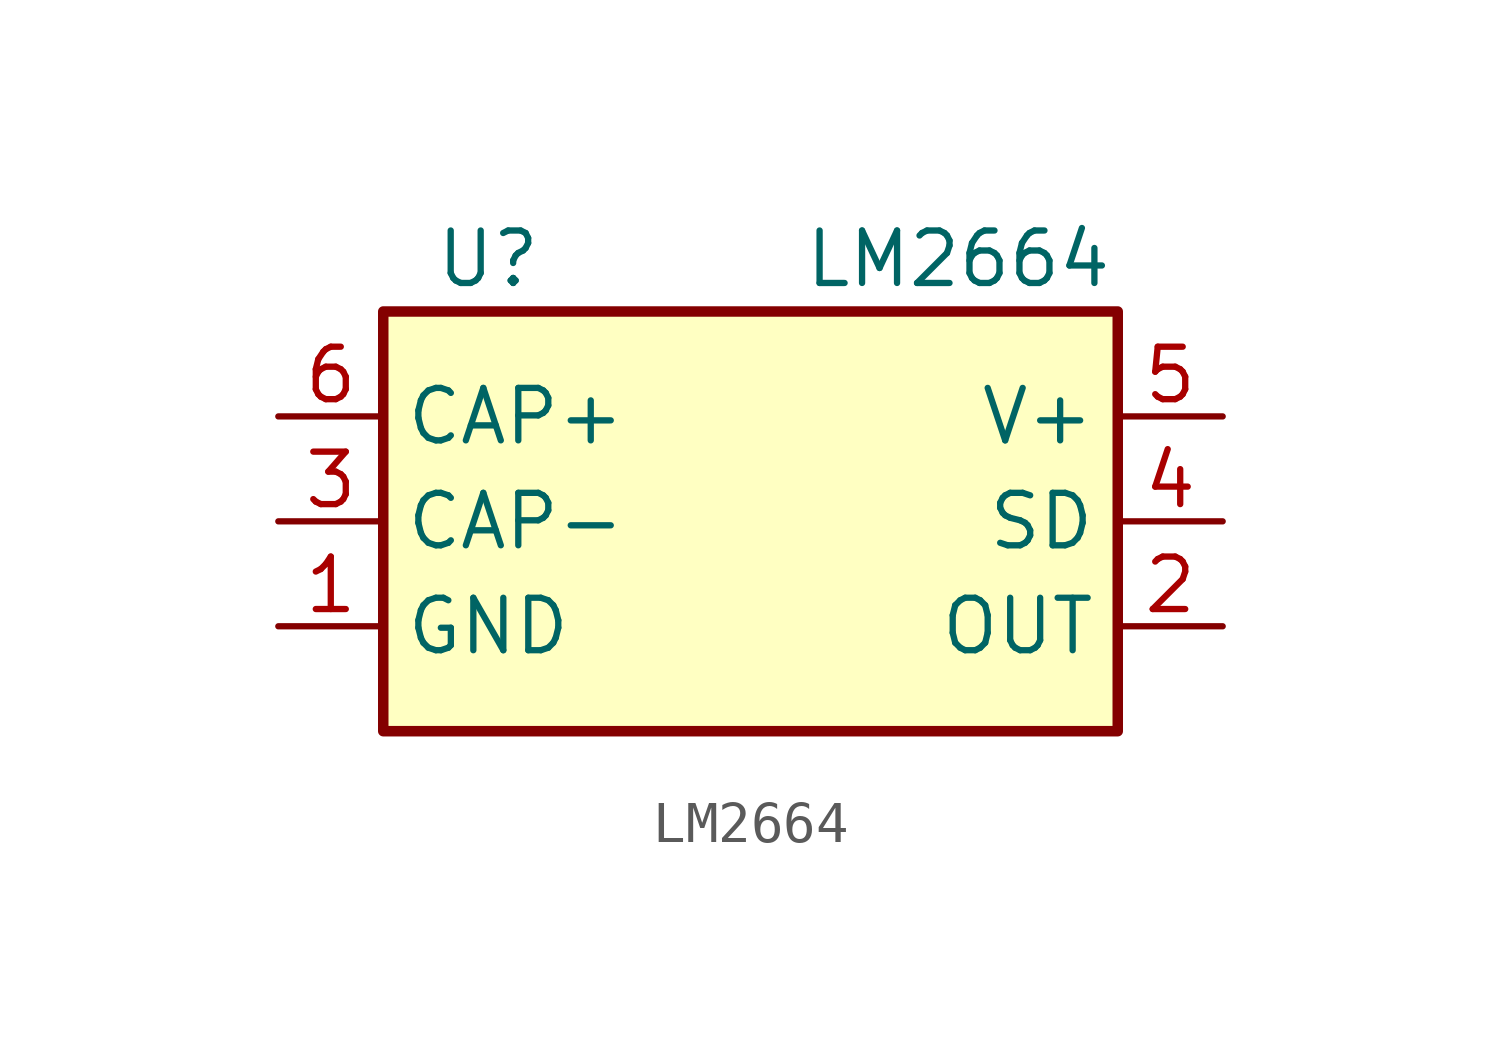
<source format=kicad_sym>
(kicad_symbol_lib
  (version 20211014)
  (generator kicad_symbol_editor)
  (symbol "LM2664"
    (property "Reference" "U"
      (at -6.35 6.35 0)
      (effects (font (size 1.27 1.27))))
    (property "Value" "LM2664"
      (at 1.27 6.35 0)
      (effects (font (size 1.27 1.27)) (justify left)))
    (symbol "LM2664_0_1"
      (rectangle (start -8.89 5.08) (end 8.89 -5.08) (stroke (width 0.254) (type default) (color 0 0 0 0)) (fill (type background))))
    (symbol "LM2664_1_1"
      (pin power_in line (at -11.43 -2.54 0) (length 2.54) (name "GND" (effects (font (size 1.27 1.27)))) (number "1" (effects (font (size 1.27 1.27)))))
      (pin passive line (at 11.43 -2.54 180) (length 2.54) (name "OUT" (effects (font (size 1.27 1.27)))) (number "2" (effects (font (size 1.27 1.27)))))
      (pin passive line (at -11.43 0 0) (length 2.54) (name "CAP-" (effects (font (size 1.27 1.27)))) (number "3" (effects (font (size 1.27 1.27)))))
      (pin input line (at 11.43 0 180) (length 2.54) (name "SD" (effects (font (size 1.27 1.27)))) (number "4" (effects (font (size 1.27 1.27)))))
      (pin passive line (at 11.43 2.54 180) (length 2.54) (name "V+" (effects (font (size 1.27 1.27)))) (number "5" (effects (font (size 1.27 1.27)))))
      (pin passive line (at -11.43 2.54 0) (length 2.54) (name "CAP+" (effects (font (size 1.27 1.27)))) (number "6" (effects (font (size 1.27 1.27))))))))
</source>
